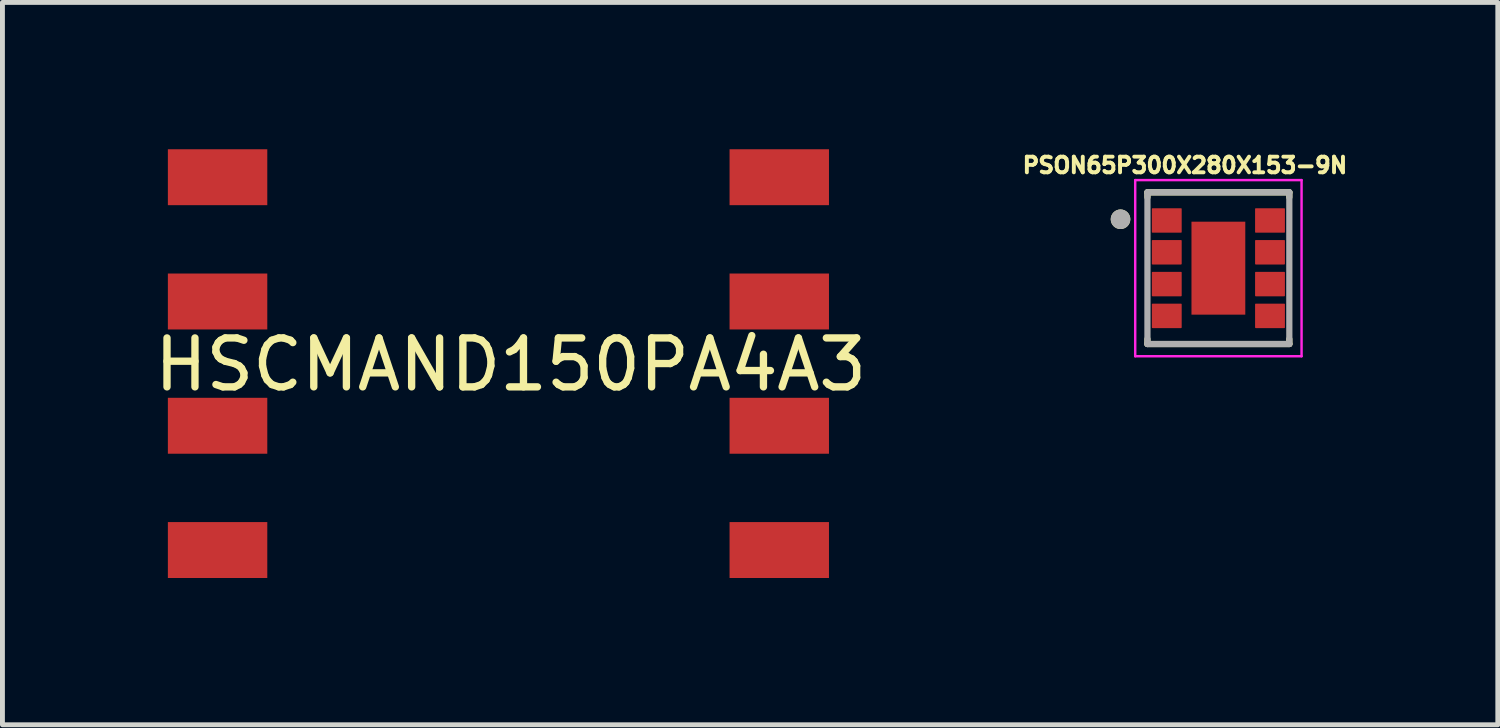
<source format=kicad_pcb>
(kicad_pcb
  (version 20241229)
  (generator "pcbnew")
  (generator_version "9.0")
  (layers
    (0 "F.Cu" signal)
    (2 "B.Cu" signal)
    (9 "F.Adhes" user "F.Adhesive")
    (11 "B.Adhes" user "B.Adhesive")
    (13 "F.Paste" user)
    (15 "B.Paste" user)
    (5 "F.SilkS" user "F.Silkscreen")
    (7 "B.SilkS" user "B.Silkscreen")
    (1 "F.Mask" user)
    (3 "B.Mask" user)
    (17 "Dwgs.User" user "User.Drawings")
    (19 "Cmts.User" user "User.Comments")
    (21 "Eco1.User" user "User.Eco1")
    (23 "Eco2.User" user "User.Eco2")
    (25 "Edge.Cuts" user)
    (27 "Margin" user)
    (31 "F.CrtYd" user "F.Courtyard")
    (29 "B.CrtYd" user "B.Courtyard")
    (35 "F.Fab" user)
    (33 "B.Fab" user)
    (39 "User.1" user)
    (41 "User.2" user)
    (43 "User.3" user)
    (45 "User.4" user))
  (footprint "HSCMAND150PA4A3"
    (layer "F.Cu")
    (at 7.137 4.402)
    (property "Reference" "HSCMAND150PA4A3" (at 0.25 0 0) (layer "F.SilkS") (effects (font (size 1 1) (thickness 0.15))))
    (attr through_hole)
    (pad "1" smd rect (at -5.74 -3.83) (size 2.032 1.143) (layers "F.Cu" "F.Mask" "F.Paste"))
    (pad "2" smd rect (at -5.74 -1.29) (size 2.032 1.143) (layers "F.Cu" "F.Mask" "F.Paste"))
    (pad "3" smd rect (at -5.74 1.25) (size 2.032 1.143) (layers "F.Cu" "F.Mask" "F.Paste"))
    (pad "4" smd rect (at -5.74 3.79) (size 2.032 1.143) (layers "F.Cu" "F.Mask" "F.Paste"))
    (pad "5" smd rect (at 5.74 3.79) (size 2.032 1.143) (layers "F.Cu" "F.Mask" "F.Paste"))
    (pad "6" smd rect (at 5.74 1.25) (size 2.032 1.143) (layers "F.Cu" "F.Mask" "F.Paste"))
    (pad "7" smd rect (at 5.74 -1.29) (size 2.032 1.143) (layers "F.Cu" "F.Mask" "F.Paste"))
    (pad "8" smd rect (at 5.74 -3.83) (size 2.032 1.143) (layers "F.Cu" "F.Mask" "F.Paste")))
  (footprint "PSON65P300X280X153-9N"
    (layer "F.Cu")
    (at 21.852 2.431)
    (property "Reference" "PSON65P300X280X153-9N" (at -0.684 -2.103 0) (layer "F.SilkS") (effects (font (size 0.32 0.32) (thickness 0.15))))
    (attr through_hole)
    (fp_line (start -1.45 -1.55) (end 1.45 -1.55) (stroke (width 0.127) (type solid)) (layer "F.SilkS"))
    (fp_line (start -1.45 -1.45) (end -1.45 -1.55) (stroke (width 0.127) (type solid)) (layer "F.SilkS"))
    (fp_line (start -1.45 1.55) (end -1.45 1.45) (stroke (width 0.127) (type solid)) (layer "F.SilkS"))
    (fp_line (start 1.45 -1.55) (end 1.45 -1.45) (stroke (width 0.127) (type solid)) (layer "F.SilkS"))
    (fp_line (start 1.45 1.45) (end 1.45 1.55) (stroke (width 0.127) (type solid)) (layer "F.SilkS"))
    (fp_line (start 1.45 1.55) (end -1.45 1.55) (stroke (width 0.127) (type solid)) (layer "F.SilkS"))
    (fp_circle (center -2 -1) (end -1.9 -1) (stroke (width 0.2) (type solid)) (fill no) (layer "F.SilkS"))
    (fp_poly (pts (xy -0.35 -0.815) (xy 0.35 -0.815) (xy 0.35 -0.065) (xy -0.35 -0.065)) (stroke (width 0.01) (type solid)) (fill yes) (layer "F.Paste"))
    (fp_poly (pts (xy -0.35 0.065) (xy 0.35 0.065) (xy 0.35 0.815) (xy -0.35 0.815)) (stroke (width 0.01) (type solid)) (fill yes) (layer "F.Paste"))
    (fp_line (start -1.7 -1.8) (end 1.7 -1.8) (stroke (width 0.05) (type solid)) (layer "F.CrtYd"))
    (fp_line (start -1.7 1.8) (end -1.7 -1.8) (stroke (width 0.05) (type solid)) (layer "F.CrtYd"))
    (fp_line (start 1.7 -1.8) (end 1.7 1.8) (stroke (width 0.05) (type solid)) (layer "F.CrtYd"))
    (fp_line (start 1.7 1.8) (end -1.7 1.8) (stroke (width 0.05) (type solid)) (layer "F.CrtYd"))
    (fp_line (start -1.45 -1.55) (end 1.45 -1.55) (stroke (width 0.127) (type solid)) (layer "F.Fab"))
    (fp_line (start -1.45 1.55) (end -1.45 -1.55) (stroke (width 0.127) (type solid)) (layer "F.Fab"))
    (fp_line (start 1.45 -1.55) (end 1.45 1.55) (stroke (width 0.127) (type solid)) (layer "F.Fab"))
    (fp_line (start 1.45 1.55) (end -1.45 1.55) (stroke (width 0.127) (type solid)) (layer "F.Fab"))
    (fp_circle (center -2 -1) (end -1.9 -1) (stroke (width 0.2) (type solid)) (fill no) (layer "F.Fab"))
    (pad "1" smd roundrect (at -1.055 -0.975) (size 0.61 0.5) (layers "F.Cu" "F.Mask" "F.Paste") (roundrect_rratio 0.03))
    (pad "2" smd roundrect (at -1.055 -0.325) (size 0.61 0.5) (layers "F.Cu" "F.Mask" "F.Paste") (roundrect_rratio 0.03))
    (pad "3" smd roundrect (at -1.055 0.325) (size 0.61 0.5) (layers "F.Cu" "F.Mask" "F.Paste") (roundrect_rratio 0.03))
    (pad "4" smd roundrect (at -1.055 0.975) (size 0.61 0.5) (layers "F.Cu" "F.Mask" "F.Paste") (roundrect_rratio 0.03))
    (pad "5" smd roundrect (at 1.055 0.975) (size 0.61 0.5) (layers "F.Cu" "F.Mask" "F.Paste") (roundrect_rratio 0.03))
    (pad "6" smd roundrect (at 1.055 0.325) (size 0.61 0.5) (layers "F.Cu" "F.Mask" "F.Paste") (roundrect_rratio 0.03))
    (pad "7" smd roundrect (at 1.055 -0.325) (size 0.61 0.5) (layers "F.Cu" "F.Mask" "F.Paste") (roundrect_rratio 0.03))
    (pad "8" smd roundrect (at 1.055 -0.975) (size 0.61 0.5) (layers "F.Cu" "F.Mask" "F.Paste") (roundrect_rratio 0.03))
    (pad "9" smd rect (at 0 0) (size 1.1 1.9) (layers "F.Cu" "F.Mask")))
  (gr_rect
    (start -3 -3)
    (end 27.563 11.763)
    (stroke (width 0.1) (type default))
    (fill no)
    (layer "Edge.Cuts")))
</source>
